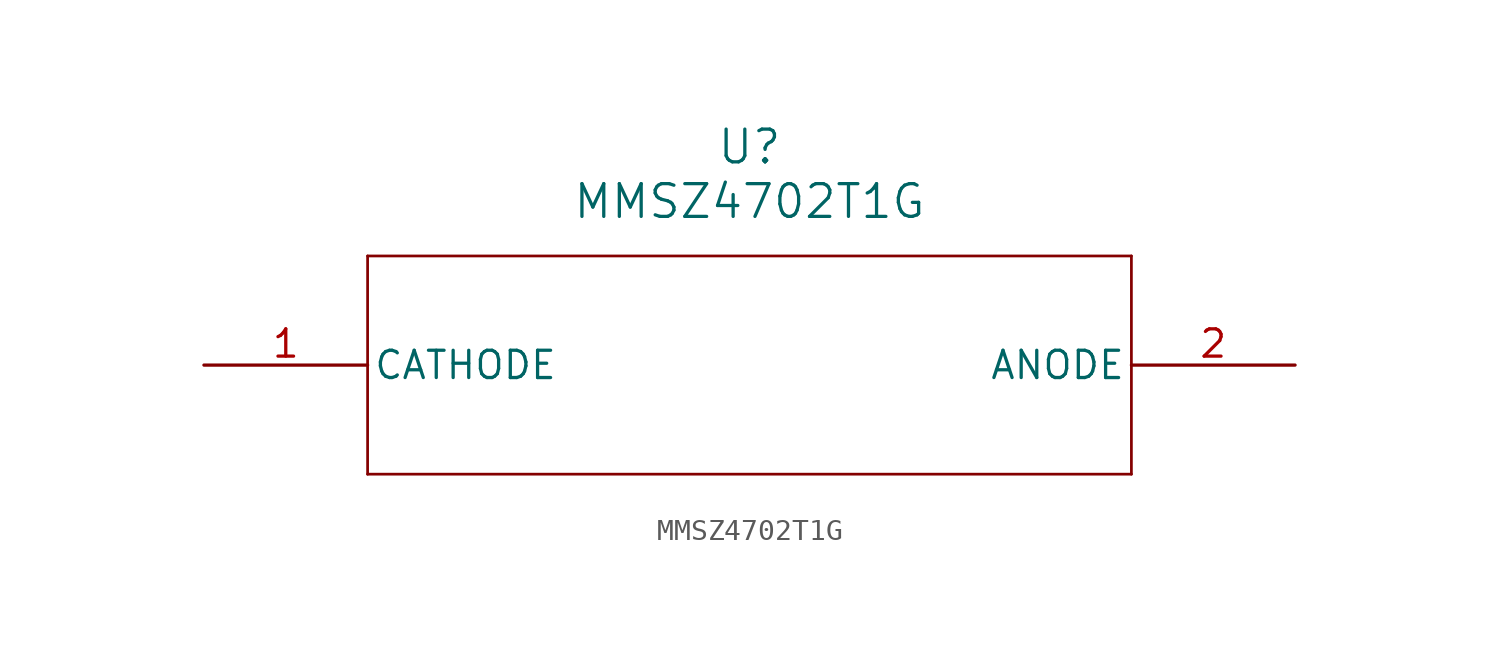
<source format=kicad_sym>
(kicad_symbol_lib
  (version 20211014)
  (generator kicad_symbol_editor)
  (symbol "MMSZ4702T1G"
    (pin_names
      (offset 0.254))
    (property "Reference" "U"
      (at 25.4 10.16 0)
      (effects (font (size 1.524 1.524))))
    (property "Value" "MMSZ4702T1G"
      (at 25.4 7.62 0)
      (effects (font (size 1.524 1.524))))
    (symbol "MMSZ4702T1G_0_1"
      (polyline (pts (xy 7.62 5.08) (xy 7.62 -5.08)) (stroke (width 0.127) (type default) (color 0 0 0 0)) (fill (type none)))
      (polyline (pts (xy 7.62 -5.08) (xy 43.18 -5.08)) (stroke (width 0.127) (type default) (color 0 0 0 0)) (fill (type none)))
      (polyline (pts (xy 43.18 -5.08) (xy 43.18 5.08)) (stroke (width 0.127) (type default) (color 0 0 0 0)) (fill (type none)))
      (polyline (pts (xy 43.18 5.08) (xy 7.62 5.08)) (stroke (width 0.127) (type default) (color 0 0 0 0)) (fill (type none)))
      (pin unspecified line (at 0 0 0) (length 7.62) (name "CATHODE" (effects (font (size 1.27 1.27)))) (number "1" (effects (font (size 1.27 1.27)))))
      (pin unspecified line (at 50.8 0 180) (length 7.62) (name "ANODE" (effects (font (size 1.27 1.27)))) (number "2" (effects (font (size 1.27 1.27))))))))
</source>
